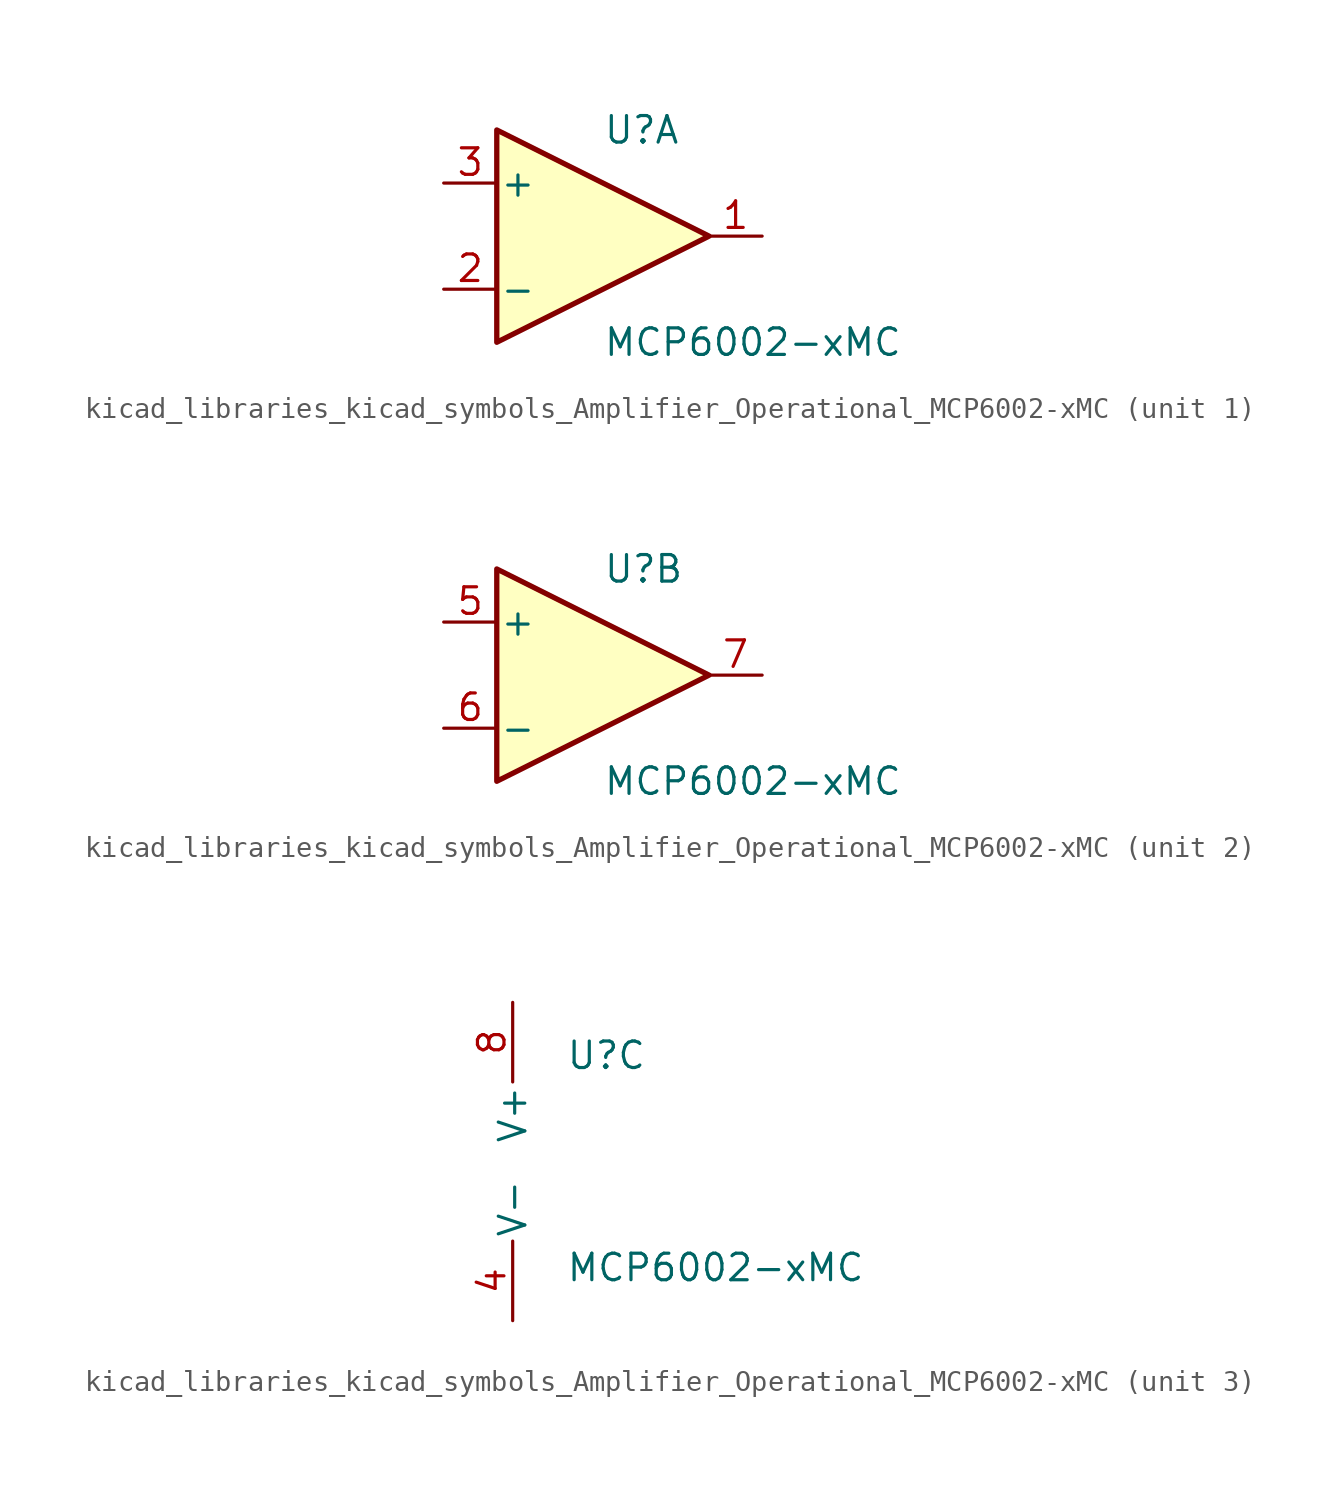
<source format=kicad_sym>
(kicad_symbol_lib
  (version 20220914)
  (generator kicad_symbol_editor)
  (symbol "kicad_libraries_kicad_symbols_Amplifier_Operational_MCP6002-xMC"
    (pin_names
      (offset 0.127))
    (property "Reference" "U"
      (at 0 5.08 0)
      (effects (font (size 1.27 1.27)) (justify left)))
    (property "Value" "MCP6002-xMC"
      (at 0 -5.08 0)
      (effects (font (size 1.27 1.27)) (justify left)))
    (property "ki_locked" ""
      (at 0 0 0)
      (effects (font (size 1.27 1.27))))
    (symbol "kicad_libraries_kicad_symbols_Amplifier_Operational_MCP6002-xMC_1_1"
      (polyline (pts (xy -5.08 5.08) (xy 5.08 0) (xy -5.08 -5.08) (xy -5.08 5.08)) (stroke (width 0.254) (type default)) (fill (type background)))
      (pin output line (at 7.62 0 180) (length 2.54) (name "~" (effects (font (size 1.27 1.27)))) (number "1" (effects (font (size 1.27 1.27)))))
      (pin input line (at -7.62 -2.54 0) (length 2.54) (name "-" (effects (font (size 1.27 1.27)))) (number "2" (effects (font (size 1.27 1.27)))))
      (pin input line (at -7.62 2.54 0) (length 2.54) (name "+" (effects (font (size 1.27 1.27)))) (number "3" (effects (font (size 1.27 1.27))))))
    (symbol "kicad_libraries_kicad_symbols_Amplifier_Operational_MCP6002-xMC_2_1"
      (polyline (pts (xy -5.08 5.08) (xy 5.08 0) (xy -5.08 -5.08) (xy -5.08 5.08)) (stroke (width 0.254) (type default)) (fill (type background)))
      (pin input line (at -7.62 2.54 0) (length 2.54) (name "+" (effects (font (size 1.27 1.27)))) (number "5" (effects (font (size 1.27 1.27)))))
      (pin input line (at -7.62 -2.54 0) (length 2.54) (name "-" (effects (font (size 1.27 1.27)))) (number "6" (effects (font (size 1.27 1.27)))))
      (pin output line (at 7.62 0 180) (length 2.54) (name "~" (effects (font (size 1.27 1.27)))) (number "7" (effects (font (size 1.27 1.27))))))
    (symbol "kicad_libraries_kicad_symbols_Amplifier_Operational_MCP6002-xMC_3_1"
      (pin power_in line (at -2.54 -7.62 90) (length 3.81) (name "V-" (effects (font (size 1.27 1.27)))) (number "4" (effects (font (size 1.27 1.27)))))
      (pin power_in line (at -2.54 7.62 270) (length 3.81) (name "V+" (effects (font (size 1.27 1.27)))) (number "8" (effects (font (size 1.27 1.27)))))
      (pin passive line (at -2.54 -7.62 90) (length 3.81) hide (name "V-" (effects (font (size 1.27 1.27)))) (number "9" (effects (font (size 1.27 1.27))))))))
</source>
